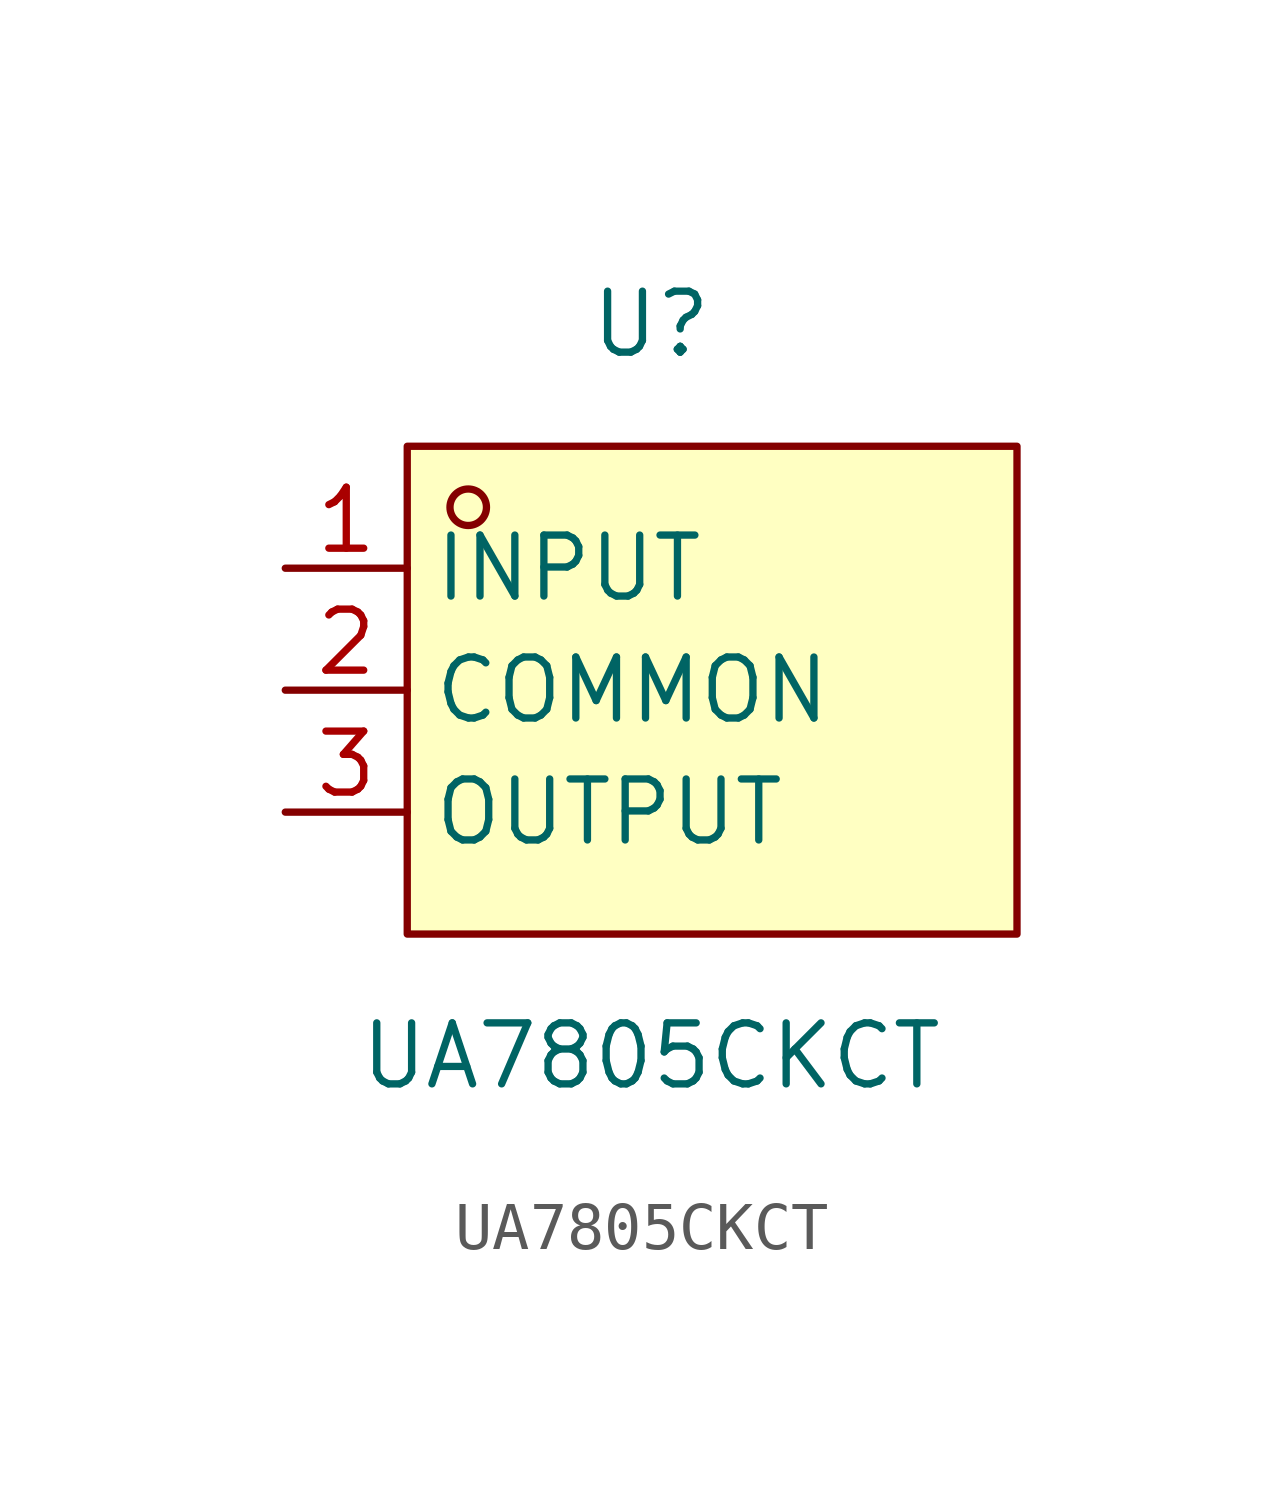
<source format=kicad_sym>
(kicad_symbol_lib
  (version 20211014)
  (generator https://github.com/uPesy/easyeda2kicad.py)
  (symbol "UA7805CKCT"
    (property "Reference" "U"
      (at 0 7.62 0)
      (effects (font (size 1.27 1.27))))
    (property "Value" "UA7805CKCT"
      (at 0 -7.62 0)
      (effects (font (size 1.27 1.27))))
    (symbol "UA7805CKCT_0_1"
      (rectangle (start -5.08 5.08) (end 7.62 -5.08) (stroke (width 0) (type default) (color 0 0 0 0)) (fill (type background)))
      (circle (center -3.81 3.81) (radius 0.38) (stroke (width 0) (type default) (color 0 0 0 0)) (fill (type none)))
      (pin unspecified line (at -7.62 -2.54 0) (length 2.54) (name "OUTPUT" (effects (font (size 1.27 1.27)))) (number "3" (effects (font (size 1.27 1.27)))))
      (pin unspecified line (at -7.62 -0.00 0) (length 2.54) (name "COMMON" (effects (font (size 1.27 1.27)))) (number "2" (effects (font (size 1.27 1.27)))))
      (pin unspecified line (at -7.62 2.54 0) (length 2.54) (name "INPUT" (effects (font (size 1.27 1.27)))) (number "1" (effects (font (size 1.27 1.27))))))))
</source>
